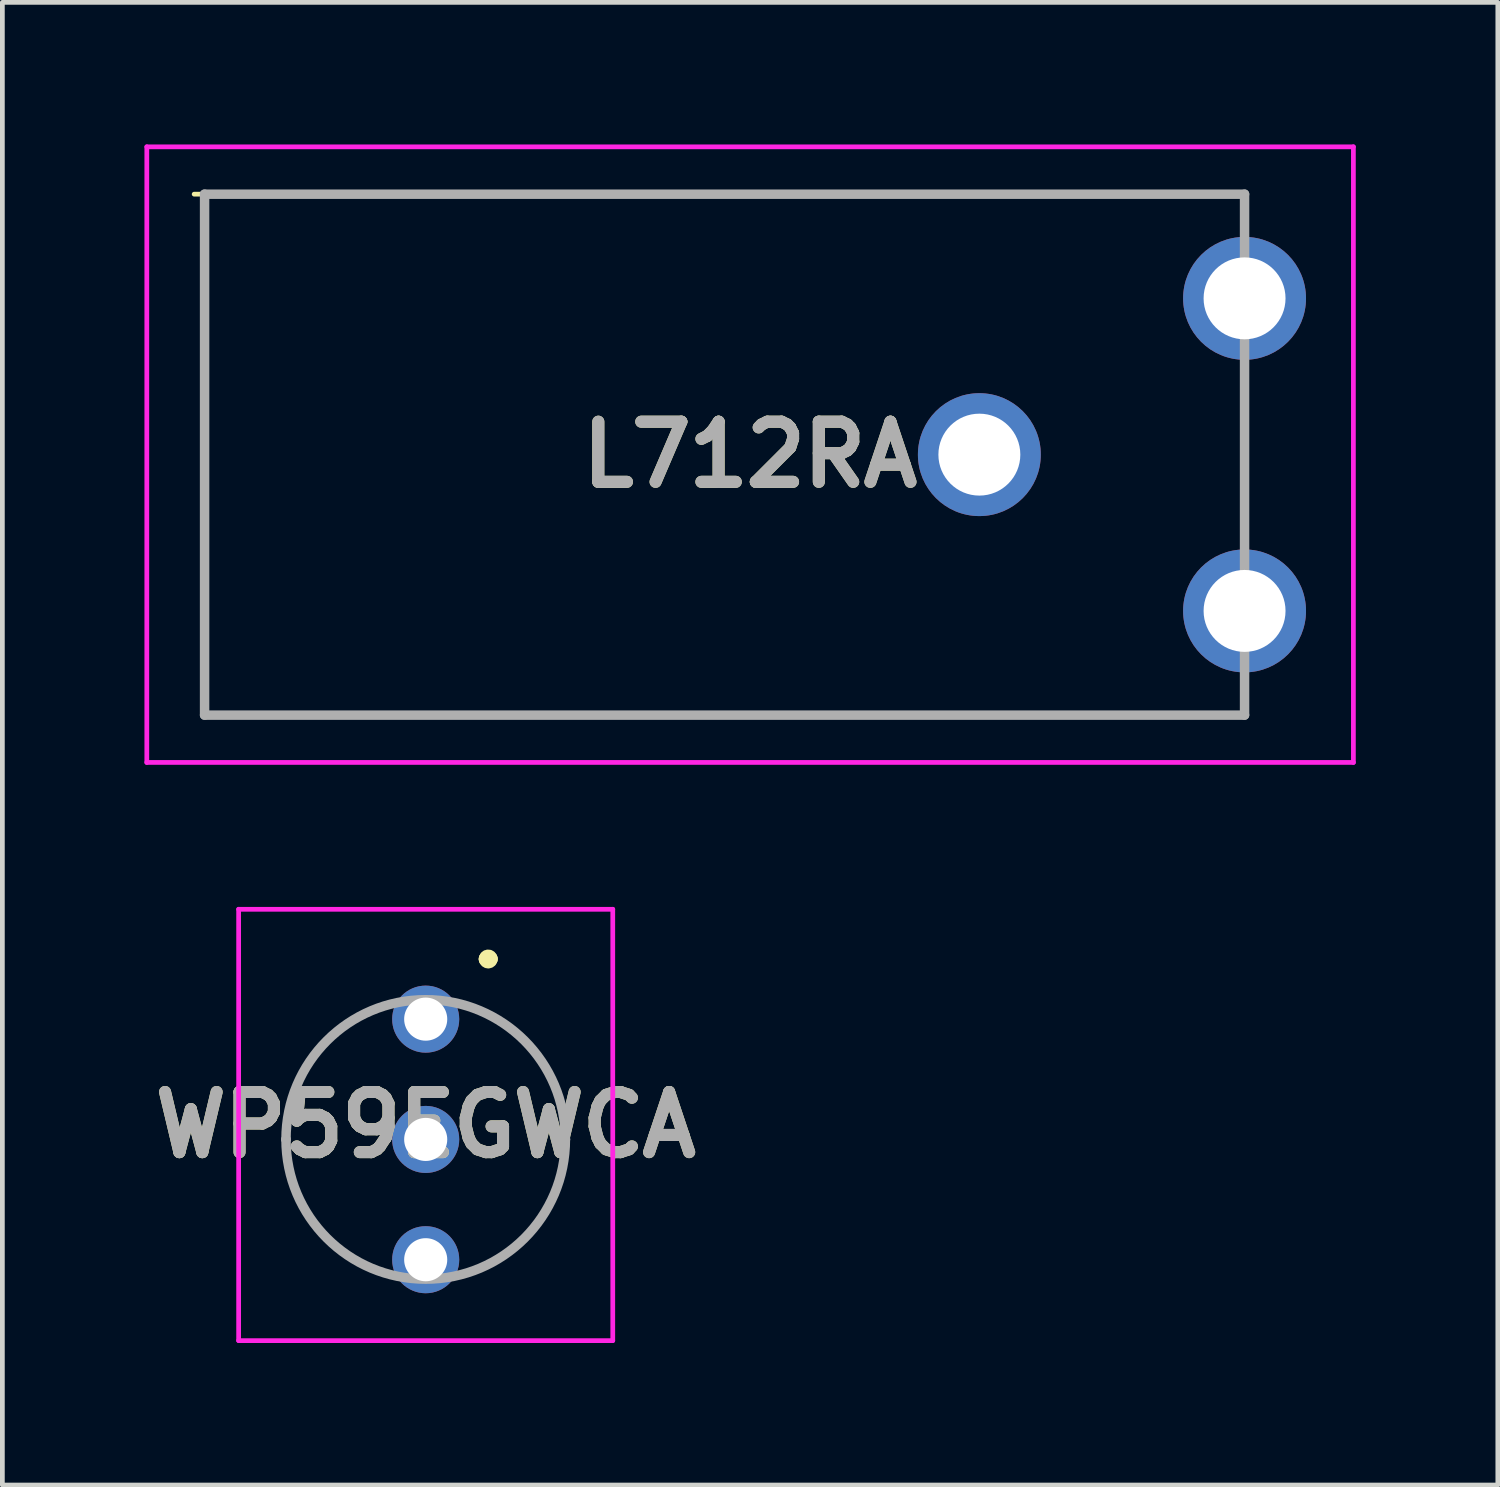
<source format=kicad_pcb>
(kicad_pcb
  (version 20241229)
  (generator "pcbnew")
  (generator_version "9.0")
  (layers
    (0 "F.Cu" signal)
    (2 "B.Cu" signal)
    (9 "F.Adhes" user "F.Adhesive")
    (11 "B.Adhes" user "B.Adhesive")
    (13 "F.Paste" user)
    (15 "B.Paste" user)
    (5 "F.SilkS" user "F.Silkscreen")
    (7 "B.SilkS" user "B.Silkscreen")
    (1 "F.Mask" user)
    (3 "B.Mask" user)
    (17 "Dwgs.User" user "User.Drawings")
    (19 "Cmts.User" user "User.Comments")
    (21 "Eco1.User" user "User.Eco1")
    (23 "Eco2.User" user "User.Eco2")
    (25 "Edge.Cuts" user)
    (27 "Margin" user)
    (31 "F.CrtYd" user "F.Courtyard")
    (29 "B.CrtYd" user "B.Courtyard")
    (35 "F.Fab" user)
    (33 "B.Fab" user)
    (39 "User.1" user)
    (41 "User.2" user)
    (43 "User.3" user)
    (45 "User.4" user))
  (footprint "L712RA"
    (layer "F.Cu")
    (at 23.23 9.85)
    (property "Reference" "L712RA" (at -10.441 -3.3 0) (layer "F.SilkS") (effects (font (size 1.27 1.27) (thickness 0.254))))
    (attr through_hole)
    (fp_line (start -21.96 -8.8) (end -21.96 2.2) (stroke (width 0.1) (type solid)) (layer "F.SilkS"))
    (fp_line (start 0 -8.8) (end -22.18 -8.8) (stroke (width 0.1) (type solid)) (layer "F.SilkS"))
    (fp_line (start 0 2.2) (end -21.96 2.2) (stroke (width 0.1) (type solid)) (layer "F.SilkS"))
    (fp_line (start -23.18 -9.8) (end 2.298 -9.8) (stroke (width 0.1) (type solid)) (layer "F.CrtYd"))
    (fp_line (start -23.18 3.2) (end -23.18 -9.8) (stroke (width 0.1) (type solid)) (layer "F.CrtYd"))
    (fp_line (start 2.298 -9.8) (end 2.298 3.2) (stroke (width 0.1) (type solid)) (layer "F.CrtYd"))
    (fp_line (start 2.298 3.2) (end -23.18 3.2) (stroke (width 0.1) (type solid)) (layer "F.CrtYd"))
    (fp_line (start -21.96 -8.8) (end 0 -8.8) (stroke (width 0.2) (type solid)) (layer "F.Fab"))
    (fp_line (start -21.96 2.2) (end -21.96 -8.8) (stroke (width 0.2) (type solid)) (layer "F.Fab"))
    (fp_line (start 0 -8.8) (end 0 2.2) (stroke (width 0.2) (type solid)) (layer "F.Fab"))
    (fp_line (start 0 2.2) (end -21.96 2.2) (stroke (width 0.2) (type solid)) (layer "F.Fab"))
    (fp_text user "${REFERENCE}" (at -10.441 -3.3 0) (layer "F.Fab") (effects (font (size 1.27 1.27) (thickness 0.254))))
    (pad "1" thru_hole circle (at 0 0) (size 2.595 2.595) (drill 1.73) (layers "*.Cu" "*.Mask"))
    (pad "2" thru_hole circle (at -5.6 -3.3) (size 2.595 2.595) (drill 1.73) (layers "*.Cu" "*.Mask"))
    (pad "3" thru_hole circle (at 0 -6.6) (size 2.595 2.595) (drill 1.73) (layers "*.Cu" "*.Mask")))
  (footprint "WP59EGWCA"
    (layer "F.Cu")
    (at 5.939 18.47)
    (property "Reference" "WP59EGWCA" (at 0 2.234 0) (layer "F.SilkS") (effects (font (size 1.27 1.27) (thickness 0.254))))
    (attr through_hole)
    (fp_line (start 1.27 -1.27) (end 1.27 -1.27) (stroke (width 0.3) (type solid)) (layer "F.SilkS"))
    (fp_line (start 1.37 -1.27) (end 1.37 -1.27) (stroke (width 0.3) (type solid)) (layer "F.SilkS"))
    (fp_arc (start 1.27 -1.27) (mid 1.32 -1.32) (end 1.37 -1.27) (stroke (width 0.3) (type solid)) (layer "F.SilkS"))
    (fp_arc (start 1.37 -1.27) (mid 1.32 -1.22) (end 1.27 -1.27) (stroke (width 0.3) (type solid)) (layer "F.SilkS"))
    (fp_line (start -3.95 -2.32) (end 3.95 -2.32) (stroke (width 0.1) (type solid)) (layer "F.CrtYd"))
    (fp_line (start -3.95 6.788) (end -3.95 -2.32) (stroke (width 0.1) (type solid)) (layer "F.CrtYd"))
    (fp_line (start 3.95 -2.32) (end 3.95 6.788) (stroke (width 0.1) (type solid)) (layer "F.CrtYd"))
    (fp_line (start 3.95 6.788) (end -3.95 6.788) (stroke (width 0.1) (type solid)) (layer "F.CrtYd"))
    (fp_line (start -2.95 2.54) (end -2.95 2.54) (stroke (width 0.2) (type solid)) (layer "F.Fab"))
    (fp_line (start 2.95 2.54) (end 2.95 2.54) (stroke (width 0.2) (type solid)) (layer "F.Fab"))
    (fp_arc (start -2.95 2.54) (mid 0 -0.41) (end 2.95 2.54) (stroke (width 0.2) (type solid)) (layer "F.Fab"))
    (fp_arc (start 2.95 2.54) (mid 0 5.49) (end -2.95 2.54) (stroke (width 0.2) (type solid)) (layer "F.Fab"))
    (fp_text user "${REFERENCE}" (at 0 2.234 0) (layer "F.Fab") (effects (font (size 1.27 1.27) (thickness 0.254))))
    (pad "1" thru_hole circle (at 0 0) (size 1.416 1.416) (drill 0.91) (layers "*.Cu" "*.Mask"))
    (pad "2" thru_hole circle (at 0 2.54) (size 1.416 1.416) (drill 0.91) (layers "*.Cu" "*.Mask"))
    (pad "3" thru_hole circle (at 0 5.08) (size 1.416 1.416) (drill 0.91) (layers "*.Cu" "*.Mask")))
  (gr_rect
    (start -3 -3)
    (end 28.578 28.308)
    (stroke (width 0.1) (type default))
    (fill no)
    (layer "Edge.Cuts")))
</source>
